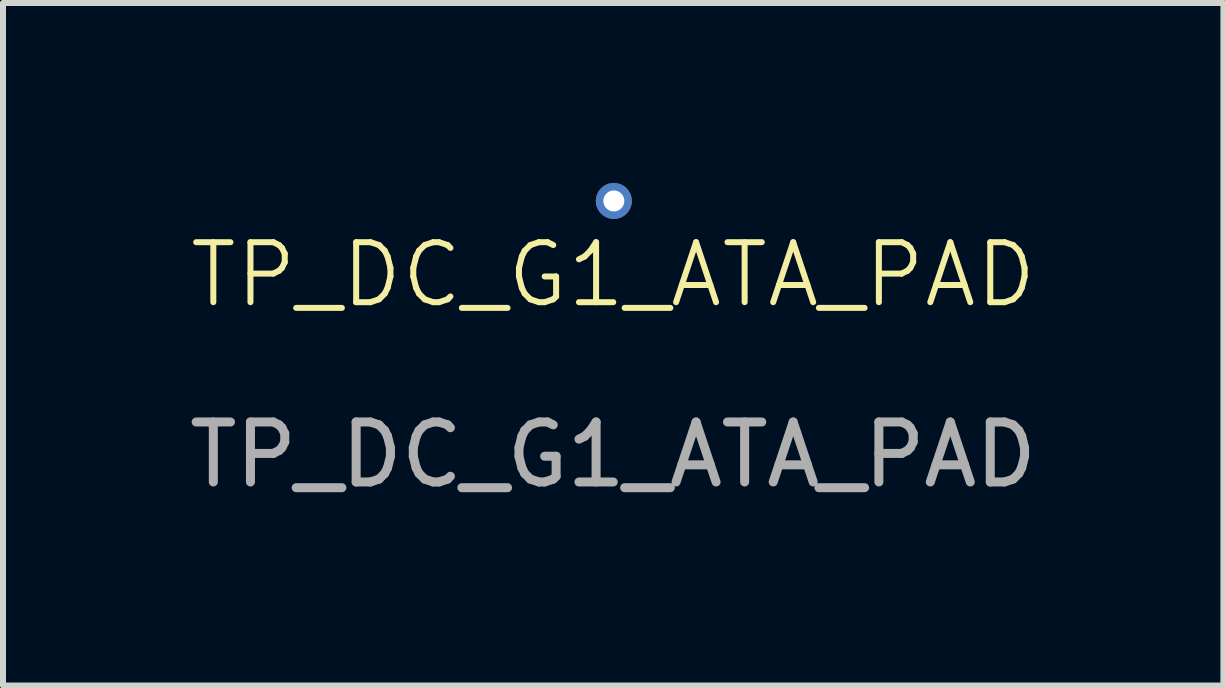
<source format=kicad_pcb>
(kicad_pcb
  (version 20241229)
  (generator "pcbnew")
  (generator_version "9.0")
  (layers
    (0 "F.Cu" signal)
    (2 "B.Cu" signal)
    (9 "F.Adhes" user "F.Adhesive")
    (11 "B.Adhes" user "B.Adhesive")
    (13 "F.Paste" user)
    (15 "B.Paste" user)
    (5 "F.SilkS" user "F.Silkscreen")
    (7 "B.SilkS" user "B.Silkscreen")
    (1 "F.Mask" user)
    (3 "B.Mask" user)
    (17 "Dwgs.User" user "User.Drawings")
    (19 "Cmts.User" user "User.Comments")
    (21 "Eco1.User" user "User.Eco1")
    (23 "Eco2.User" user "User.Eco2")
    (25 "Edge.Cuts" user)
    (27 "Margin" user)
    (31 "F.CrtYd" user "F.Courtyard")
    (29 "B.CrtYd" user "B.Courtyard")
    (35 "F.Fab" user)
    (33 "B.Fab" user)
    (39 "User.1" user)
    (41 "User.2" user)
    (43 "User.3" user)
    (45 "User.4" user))
  (footprint "TP_DC_G1_ATA_PAD"
    (layer "F.Cu")
    (at 7.173 2.03)
    (property "Reference" "TP_DC_G1_ATA_PAD" (at 0 -0.5 0) (unlocked yes) (layer "F.SilkS") (effects (font (size 1 1) (thickness 0.1))))
    (attr through_hole)
    (fp_text user "${REFERENCE}" (at 0 2.5 0) (unlocked yes) (layer "F.Fab") (effects (font (size 1 1) (thickness 0.15))))
    (pad "1" thru_hole circle (at 0.01 -1.73) (size 0.6 0.6) (drill 0.35) (property pad_prop_castellated) (layers "*.Cu" "*.Mask")))
  (gr_rect
    (start -3 -3)
    (end 17.345 8.378)
    (stroke (width 0.1) (type default))
    (fill no)
    (layer "Edge.Cuts")))
</source>
